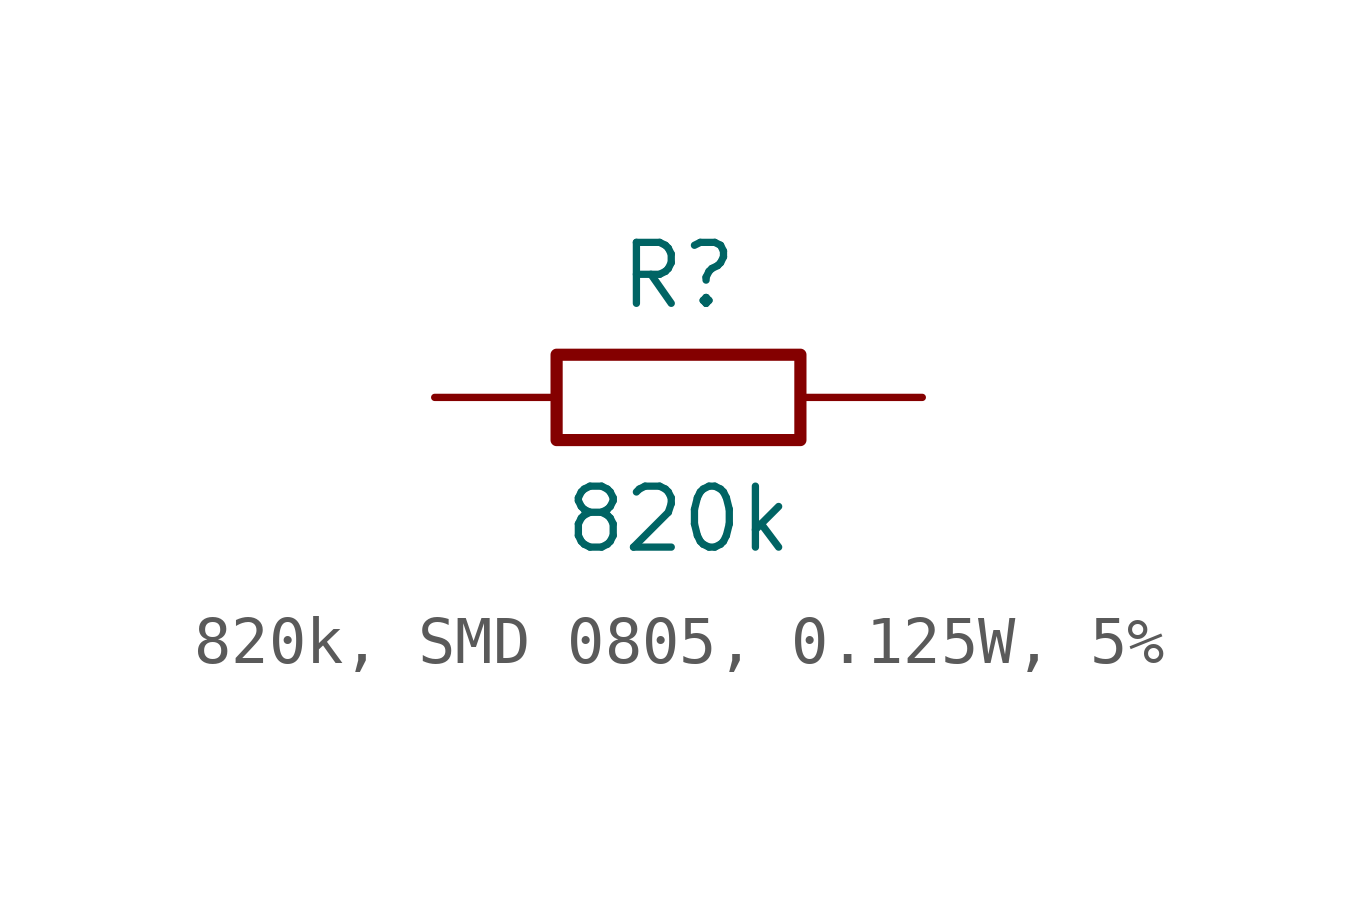
<source format=kicad_sym>
(kicad_symbol_lib
  (version 20241209)
  (generator "kicad_symbol_editor")
  (generator_version "9.0")
  (symbol "820k, SMD 0805, 0.125W, 5%"
    (pin_numbers
      (hide yes))
    (pin_names
      (offset 0)
      (hide yes))
    (property "Reference" "R"
      (at 0 2.54 0)
      (effects (font (size 1.27 1.27))))
    (property "Value" "820k"
      (at 0 -2.54 0)
      (effects (font (size 1.27 1.27))))
    (symbol "820k, SMD 0805, 0.125W, 5%_0_1"
      (rectangle (start -2.54 0.889) (end 2.54 -0.889) (stroke (width 0.254) (type default)) (fill (type none))))
    (symbol "820k, SMD 0805, 0.125W, 5%_1_1"
      (pin passive line (at -5.08 0 0) (length 2.54) (name "1" (effects (font (size 1.27 1.27)))) (number "1" (effects (font (size 1.27 1.27)))))
      (pin passive line (at 5.08 0 180) (length 2.54) (name "2" (effects (font (size 1.27 1.27)))) (number "2" (effects (font (size 1.27 1.27))))))))
</source>
